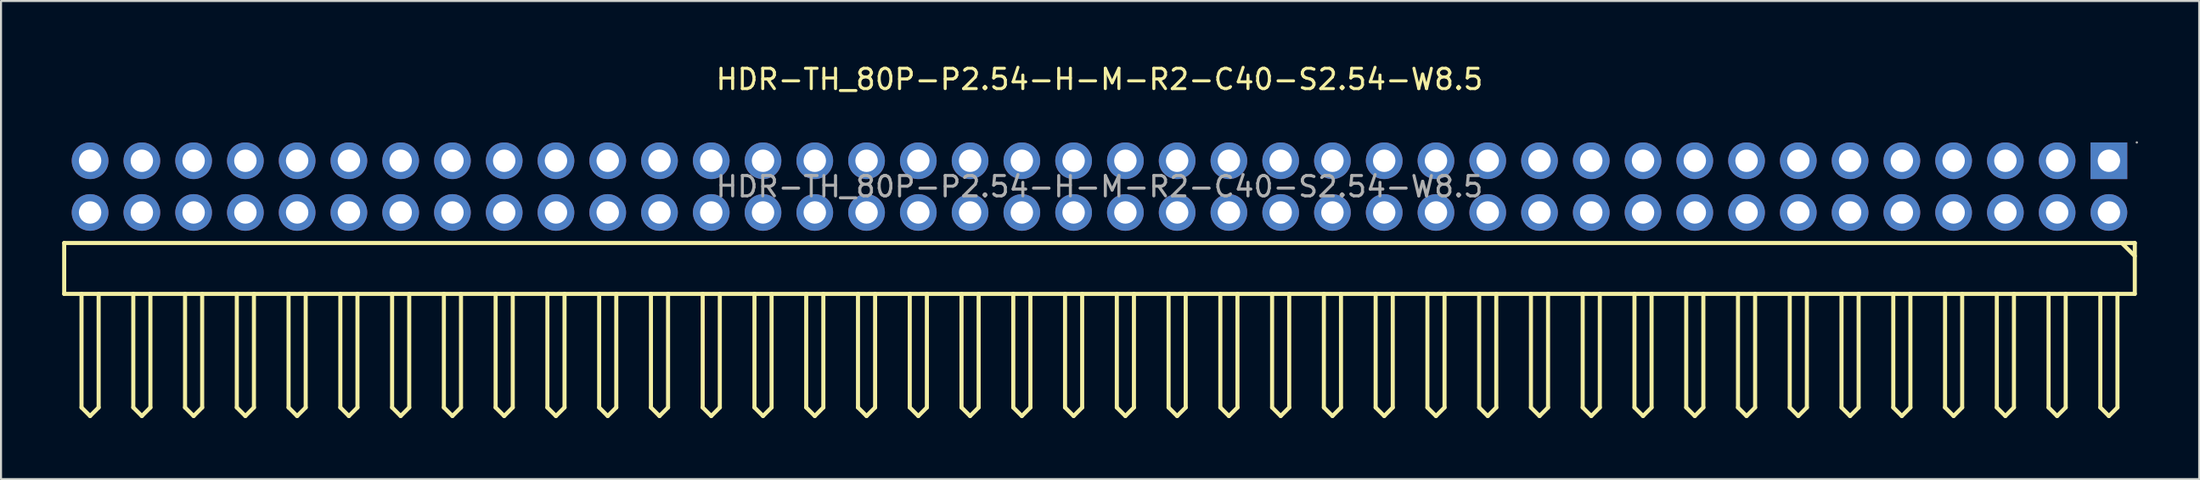
<source format=kicad_pcb>
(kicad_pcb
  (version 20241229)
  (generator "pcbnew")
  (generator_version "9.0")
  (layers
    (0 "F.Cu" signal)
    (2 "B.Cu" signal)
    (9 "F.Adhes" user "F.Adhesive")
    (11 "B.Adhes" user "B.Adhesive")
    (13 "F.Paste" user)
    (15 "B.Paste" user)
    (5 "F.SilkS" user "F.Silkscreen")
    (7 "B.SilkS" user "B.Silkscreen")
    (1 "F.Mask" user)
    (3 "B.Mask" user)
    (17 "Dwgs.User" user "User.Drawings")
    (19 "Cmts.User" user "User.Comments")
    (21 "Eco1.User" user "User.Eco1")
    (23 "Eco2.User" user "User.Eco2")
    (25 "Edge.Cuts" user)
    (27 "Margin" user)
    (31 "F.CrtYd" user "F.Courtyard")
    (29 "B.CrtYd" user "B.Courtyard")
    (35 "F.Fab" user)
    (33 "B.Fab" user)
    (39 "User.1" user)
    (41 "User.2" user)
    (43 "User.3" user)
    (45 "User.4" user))
  (footprint "HDR-TH_80P-P2.54-H-M-R2-C40-S2.54-W8.5"
    (layer "F.Cu")
    (at 50.9 6.118)
    (property "Reference" "HDR-TH_80P-P2.54-H-M-R2-C40-S2.54-W8.5" (at 0 -5.27 0) (layer "F.SilkS") (effects (font (size 1 1) (thickness 0.15))))
    (attr through_hole)
    (fp_line (start -50.8 2.77) (end 50.8 2.77) (stroke (width 0.2) (type solid)) (layer "F.SilkS"))
    (fp_line (start -50.8 5.27) (end -50.8 2.77) (stroke (width 0.2) (type solid)) (layer "F.SilkS"))
    (fp_line (start -50.8 5.27) (end 50.8 5.27) (stroke (width 0.2) (type solid)) (layer "F.SilkS"))
    (fp_line (start -49.95 10.85) (end -49.95 5.27) (stroke (width 0.2) (type solid)) (layer "F.SilkS"))
    (fp_line (start -49.53 11.27) (end -49.95 10.85) (stroke (width 0.2) (type solid)) (layer "F.SilkS"))
    (fp_line (start -49.11 5.27) (end -49.11 10.85) (stroke (width 0.2) (type solid)) (layer "F.SilkS"))
    (fp_line (start -49.11 10.85) (end -49.53 11.27) (stroke (width 0.2) (type solid)) (layer "F.SilkS"))
    (fp_line (start -47.41 10.85) (end -47.41 5.27) (stroke (width 0.2) (type solid)) (layer "F.SilkS"))
    (fp_line (start -46.99 11.27) (end -47.41 10.85) (stroke (width 0.2) (type solid)) (layer "F.SilkS"))
    (fp_line (start -46.57 5.27) (end -46.57 10.85) (stroke (width 0.2) (type solid)) (layer "F.SilkS"))
    (fp_line (start -46.57 10.85) (end -46.99 11.27) (stroke (width 0.2) (type solid)) (layer "F.SilkS"))
    (fp_line (start -44.87 10.85) (end -44.87 5.27) (stroke (width 0.2) (type solid)) (layer "F.SilkS"))
    (fp_line (start -44.45 11.27) (end -44.87 10.85) (stroke (width 0.2) (type solid)) (layer "F.SilkS"))
    (fp_line (start -44.03 5.27) (end -44.03 10.85) (stroke (width 0.2) (type solid)) (layer "F.SilkS"))
    (fp_line (start -44.03 10.85) (end -44.45 11.27) (stroke (width 0.2) (type solid)) (layer "F.SilkS"))
    (fp_line (start -42.33 10.85) (end -42.33 5.27) (stroke (width 0.2) (type solid)) (layer "F.SilkS"))
    (fp_line (start -41.91 11.27) (end -42.33 10.85) (stroke (width 0.2) (type solid)) (layer "F.SilkS"))
    (fp_line (start -41.49 5.27) (end -41.49 10.85) (stroke (width 0.2) (type solid)) (layer "F.SilkS"))
    (fp_line (start -41.49 10.85) (end -41.91 11.27) (stroke (width 0.2) (type solid)) (layer "F.SilkS"))
    (fp_line (start -39.79 10.85) (end -39.79 5.27) (stroke (width 0.2) (type solid)) (layer "F.SilkS"))
    (fp_line (start -39.37 11.27) (end -39.79 10.85) (stroke (width 0.2) (type solid)) (layer "F.SilkS"))
    (fp_line (start -38.95 5.27) (end -38.95 10.85) (stroke (width 0.2) (type solid)) (layer "F.SilkS"))
    (fp_line (start -38.95 10.85) (end -39.37 11.27) (stroke (width 0.2) (type solid)) (layer "F.SilkS"))
    (fp_line (start -37.25 10.85) (end -37.25 5.27) (stroke (width 0.2) (type solid)) (layer "F.SilkS"))
    (fp_line (start -36.83 11.27) (end -37.25 10.85) (stroke (width 0.2) (type solid)) (layer "F.SilkS"))
    (fp_line (start -36.41 5.27) (end -36.41 10.85) (stroke (width 0.2) (type solid)) (layer "F.SilkS"))
    (fp_line (start -36.41 10.85) (end -36.83 11.27) (stroke (width 0.2) (type solid)) (layer "F.SilkS"))
    (fp_line (start -34.71 10.85) (end -34.71 5.27) (stroke (width 0.2) (type solid)) (layer "F.SilkS"))
    (fp_line (start -34.29 11.27) (end -34.71 10.85) (stroke (width 0.2) (type solid)) (layer "F.SilkS"))
    (fp_line (start -33.87 5.27) (end -33.87 10.85) (stroke (width 0.2) (type solid)) (layer "F.SilkS"))
    (fp_line (start -33.87 10.85) (end -34.29 11.27) (stroke (width 0.2) (type solid)) (layer "F.SilkS"))
    (fp_line (start -32.17 10.85) (end -32.17 5.27) (stroke (width 0.2) (type solid)) (layer "F.SilkS"))
    (fp_line (start -31.75 11.27) (end -32.17 10.85) (stroke (width 0.2) (type solid)) (layer "F.SilkS"))
    (fp_line (start -31.33 5.27) (end -31.33 10.85) (stroke (width 0.2) (type solid)) (layer "F.SilkS"))
    (fp_line (start -31.33 10.85) (end -31.75 11.27) (stroke (width 0.2) (type solid)) (layer "F.SilkS"))
    (fp_line (start -29.63 10.85) (end -29.63 5.27) (stroke (width 0.2) (type solid)) (layer "F.SilkS"))
    (fp_line (start -29.21 11.27) (end -29.63 10.85) (stroke (width 0.2) (type solid)) (layer "F.SilkS"))
    (fp_line (start -28.79 5.27) (end -28.79 10.85) (stroke (width 0.2) (type solid)) (layer "F.SilkS"))
    (fp_line (start -28.79 10.85) (end -29.21 11.27) (stroke (width 0.2) (type solid)) (layer "F.SilkS"))
    (fp_line (start -27.09 10.85) (end -27.09 5.27) (stroke (width 0.2) (type solid)) (layer "F.SilkS"))
    (fp_line (start -26.67 11.27) (end -27.09 10.85) (stroke (width 0.2) (type solid)) (layer "F.SilkS"))
    (fp_line (start -26.25 5.27) (end -26.25 10.85) (stroke (width 0.2) (type solid)) (layer "F.SilkS"))
    (fp_line (start -26.25 10.85) (end -26.67 11.27) (stroke (width 0.2) (type solid)) (layer "F.SilkS"))
    (fp_line (start -24.55 10.85) (end -24.55 5.27) (stroke (width 0.2) (type solid)) (layer "F.SilkS"))
    (fp_line (start -24.13 11.27) (end -24.55 10.85) (stroke (width 0.2) (type solid)) (layer "F.SilkS"))
    (fp_line (start -23.71 5.27) (end -23.71 10.85) (stroke (width 0.2) (type solid)) (layer "F.SilkS"))
    (fp_line (start -23.71 10.85) (end -24.13 11.27) (stroke (width 0.2) (type solid)) (layer "F.SilkS"))
    (fp_line (start -22.01 10.85) (end -22.01 5.27) (stroke (width 0.2) (type solid)) (layer "F.SilkS"))
    (fp_line (start -21.59 11.27) (end -22.01 10.85) (stroke (width 0.2) (type solid)) (layer "F.SilkS"))
    (fp_line (start -21.17 5.27) (end -21.17 10.85) (stroke (width 0.2) (type solid)) (layer "F.SilkS"))
    (fp_line (start -21.17 10.85) (end -21.59 11.27) (stroke (width 0.2) (type solid)) (layer "F.SilkS"))
    (fp_line (start -19.47 10.85) (end -19.47 5.27) (stroke (width 0.2) (type solid)) (layer "F.SilkS"))
    (fp_line (start -19.05 11.27) (end -19.47 10.85) (stroke (width 0.2) (type solid)) (layer "F.SilkS"))
    (fp_line (start -18.63 5.27) (end -18.63 10.85) (stroke (width 0.2) (type solid)) (layer "F.SilkS"))
    (fp_line (start -18.63 10.85) (end -19.05 11.27) (stroke (width 0.2) (type solid)) (layer "F.SilkS"))
    (fp_line (start -16.93 10.85) (end -16.93 5.27) (stroke (width 0.2) (type solid)) (layer "F.SilkS"))
    (fp_line (start -16.51 11.27) (end -16.93 10.85) (stroke (width 0.2) (type solid)) (layer "F.SilkS"))
    (fp_line (start -16.09 5.27) (end -16.09 10.85) (stroke (width 0.2) (type solid)) (layer "F.SilkS"))
    (fp_line (start -16.09 10.85) (end -16.51 11.27) (stroke (width 0.2) (type solid)) (layer "F.SilkS"))
    (fp_line (start -14.39 10.85) (end -14.39 5.27) (stroke (width 0.2) (type solid)) (layer "F.SilkS"))
    (fp_line (start -13.97 11.27) (end -14.39 10.85) (stroke (width 0.2) (type solid)) (layer "F.SilkS"))
    (fp_line (start -13.55 5.27) (end -13.55 10.85) (stroke (width 0.2) (type solid)) (layer "F.SilkS"))
    (fp_line (start -13.55 10.85) (end -13.97 11.27) (stroke (width 0.2) (type solid)) (layer "F.SilkS"))
    (fp_line (start -11.85 10.85) (end -11.85 5.27) (stroke (width 0.2) (type solid)) (layer "F.SilkS"))
    (fp_line (start -11.43 11.27) (end -11.85 10.85) (stroke (width 0.2) (type solid)) (layer "F.SilkS"))
    (fp_line (start -11.01 5.27) (end -11.01 10.85) (stroke (width 0.2) (type solid)) (layer "F.SilkS"))
    (fp_line (start -11.01 10.85) (end -11.43 11.27) (stroke (width 0.2) (type solid)) (layer "F.SilkS"))
    (fp_line (start -9.31 10.85) (end -9.31 5.27) (stroke (width 0.2) (type solid)) (layer "F.SilkS"))
    (fp_line (start -8.89 11.27) (end -9.31 10.85) (stroke (width 0.2) (type solid)) (layer "F.SilkS"))
    (fp_line (start -8.47 5.27) (end -8.47 10.85) (stroke (width 0.2) (type solid)) (layer "F.SilkS"))
    (fp_line (start -8.47 10.85) (end -8.89 11.27) (stroke (width 0.2) (type solid)) (layer "F.SilkS"))
    (fp_line (start -6.77 10.85) (end -6.77 5.27) (stroke (width 0.2) (type solid)) (layer "F.SilkS"))
    (fp_line (start -6.35 11.27) (end -6.77 10.85) (stroke (width 0.2) (type solid)) (layer "F.SilkS"))
    (fp_line (start -5.93 5.27) (end -5.93 10.85) (stroke (width 0.2) (type solid)) (layer "F.SilkS"))
    (fp_line (start -5.93 10.85) (end -6.35 11.27) (stroke (width 0.2) (type solid)) (layer "F.SilkS"))
    (fp_line (start -4.23 10.85) (end -4.23 5.27) (stroke (width 0.2) (type solid)) (layer "F.SilkS"))
    (fp_line (start -3.81 11.27) (end -4.23 10.85) (stroke (width 0.2) (type solid)) (layer "F.SilkS"))
    (fp_line (start -3.39 5.27) (end -3.39 10.85) (stroke (width 0.2) (type solid)) (layer "F.SilkS"))
    (fp_line (start -3.39 10.85) (end -3.81 11.27) (stroke (width 0.2) (type solid)) (layer "F.SilkS"))
    (fp_line (start -1.69 10.85) (end -1.69 5.27) (stroke (width 0.2) (type solid)) (layer "F.SilkS"))
    (fp_line (start -1.27 11.27) (end -1.69 10.85) (stroke (width 0.2) (type solid)) (layer "F.SilkS"))
    (fp_line (start -0.85 5.27) (end -0.85 10.85) (stroke (width 0.2) (type solid)) (layer "F.SilkS"))
    (fp_line (start -0.85 10.85) (end -1.27 11.27) (stroke (width 0.2) (type solid)) (layer "F.SilkS"))
    (fp_line (start 0.85 10.85) (end 0.85 5.27) (stroke (width 0.2) (type solid)) (layer "F.SilkS"))
    (fp_line (start 1.27 11.27) (end 0.85 10.85) (stroke (width 0.2) (type solid)) (layer "F.SilkS"))
    (fp_line (start 1.69 5.27) (end 1.69 10.85) (stroke (width 0.2) (type solid)) (layer "F.SilkS"))
    (fp_line (start 1.69 10.85) (end 1.27 11.27) (stroke (width 0.2) (type solid)) (layer "F.SilkS"))
    (fp_line (start 3.39 10.85) (end 3.39 5.27) (stroke (width 0.2) (type solid)) (layer "F.SilkS"))
    (fp_line (start 3.81 11.27) (end 3.39 10.85) (stroke (width 0.2) (type solid)) (layer "F.SilkS"))
    (fp_line (start 4.23 5.27) (end 4.23 10.85) (stroke (width 0.2) (type solid)) (layer "F.SilkS"))
    (fp_line (start 4.23 10.85) (end 3.81 11.27) (stroke (width 0.2) (type solid)) (layer "F.SilkS"))
    (fp_line (start 5.93 10.85) (end 5.93 5.27) (stroke (width 0.2) (type solid)) (layer "F.SilkS"))
    (fp_line (start 6.35 11.27) (end 5.93 10.85) (stroke (width 0.2) (type solid)) (layer "F.SilkS"))
    (fp_line (start 6.77 5.27) (end 6.77 10.85) (stroke (width 0.2) (type solid)) (layer "F.SilkS"))
    (fp_line (start 6.77 10.85) (end 6.35 11.27) (stroke (width 0.2) (type solid)) (layer "F.SilkS"))
    (fp_line (start 8.47 10.85) (end 8.47 5.27) (stroke (width 0.2) (type solid)) (layer "F.SilkS"))
    (fp_line (start 8.89 11.27) (end 8.47 10.85) (stroke (width 0.2) (type solid)) (layer "F.SilkS"))
    (fp_line (start 9.31 5.27) (end 9.31 10.85) (stroke (width 0.2) (type solid)) (layer "F.SilkS"))
    (fp_line (start 9.31 10.85) (end 8.89 11.27) (stroke (width 0.2) (type solid)) (layer "F.SilkS"))
    (fp_line (start 11.01 10.85) (end 11.01 5.27) (stroke (width 0.2) (type solid)) (layer "F.SilkS"))
    (fp_line (start 11.43 11.27) (end 11.01 10.85) (stroke (width 0.2) (type solid)) (layer "F.SilkS"))
    (fp_line (start 11.85 5.27) (end 11.85 10.85) (stroke (width 0.2) (type solid)) (layer "F.SilkS"))
    (fp_line (start 11.85 10.85) (end 11.43 11.27) (stroke (width 0.2) (type solid)) (layer "F.SilkS"))
    (fp_line (start 13.55 10.85) (end 13.55 5.27) (stroke (width 0.2) (type solid)) (layer "F.SilkS"))
    (fp_line (start 13.97 11.27) (end 13.55 10.85) (stroke (width 0.2) (type solid)) (layer "F.SilkS"))
    (fp_line (start 14.39 5.27) (end 14.39 10.85) (stroke (width 0.2) (type solid)) (layer "F.SilkS"))
    (fp_line (start 14.39 10.85) (end 13.97 11.27) (stroke (width 0.2) (type solid)) (layer "F.SilkS"))
    (fp_line (start 16.09 10.85) (end 16.09 5.27) (stroke (width 0.2) (type solid)) (layer "F.SilkS"))
    (fp_line (start 16.51 11.27) (end 16.09 10.85) (stroke (width 0.2) (type solid)) (layer "F.SilkS"))
    (fp_line (start 16.93 5.27) (end 16.93 10.85) (stroke (width 0.2) (type solid)) (layer "F.SilkS"))
    (fp_line (start 16.93 10.85) (end 16.51 11.27) (stroke (width 0.2) (type solid)) (layer "F.SilkS"))
    (fp_line (start 18.63 10.85) (end 18.63 5.27) (stroke (width 0.2) (type solid)) (layer "F.SilkS"))
    (fp_line (start 19.05 11.27) (end 18.63 10.85) (stroke (width 0.2) (type solid)) (layer "F.SilkS"))
    (fp_line (start 19.47 5.27) (end 19.47 10.85) (stroke (width 0.2) (type solid)) (layer "F.SilkS"))
    (fp_line (start 19.47 10.85) (end 19.05 11.27) (stroke (width 0.2) (type solid)) (layer "F.SilkS"))
    (fp_line (start 21.17 10.85) (end 21.17 5.27) (stroke (width 0.2) (type solid)) (layer "F.SilkS"))
    (fp_line (start 21.59 11.27) (end 21.17 10.85) (stroke (width 0.2) (type solid)) (layer "F.SilkS"))
    (fp_line (start 22.01 5.27) (end 22.01 10.85) (stroke (width 0.2) (type solid)) (layer "F.SilkS"))
    (fp_line (start 22.01 10.85) (end 21.59 11.27) (stroke (width 0.2) (type solid)) (layer "F.SilkS"))
    (fp_line (start 23.71 10.85) (end 23.71 5.27) (stroke (width 0.2) (type solid)) (layer "F.SilkS"))
    (fp_line (start 24.13 11.27) (end 23.71 10.85) (stroke (width 0.2) (type solid)) (layer "F.SilkS"))
    (fp_line (start 24.55 5.27) (end 24.55 10.85) (stroke (width 0.2) (type solid)) (layer "F.SilkS"))
    (fp_line (start 24.55 10.85) (end 24.13 11.27) (stroke (width 0.2) (type solid)) (layer "F.SilkS"))
    (fp_line (start 26.25 10.85) (end 26.25 5.27) (stroke (width 0.2) (type solid)) (layer "F.SilkS"))
    (fp_line (start 26.67 11.27) (end 26.25 10.85) (stroke (width 0.2) (type solid)) (layer "F.SilkS"))
    (fp_line (start 27.09 5.27) (end 27.09 10.85) (stroke (width 0.2) (type solid)) (layer "F.SilkS"))
    (fp_line (start 27.09 10.85) (end 26.67 11.27) (stroke (width 0.2) (type solid)) (layer "F.SilkS"))
    (fp_line (start 28.79 10.85) (end 28.79 5.27) (stroke (width 0.2) (type solid)) (layer "F.SilkS"))
    (fp_line (start 29.21 11.27) (end 28.79 10.85) (stroke (width 0.2) (type solid)) (layer "F.SilkS"))
    (fp_line (start 29.63 5.27) (end 29.63 10.85) (stroke (width 0.2) (type solid)) (layer "F.SilkS"))
    (fp_line (start 29.63 10.85) (end 29.21 11.27) (stroke (width 0.2) (type solid)) (layer "F.SilkS"))
    (fp_line (start 31.33 10.85) (end 31.33 5.27) (stroke (width 0.2) (type solid)) (layer "F.SilkS"))
    (fp_line (start 31.75 11.27) (end 31.33 10.85) (stroke (width 0.2) (type solid)) (layer "F.SilkS"))
    (fp_line (start 32.17 5.27) (end 32.17 10.85) (stroke (width 0.2) (type solid)) (layer "F.SilkS"))
    (fp_line (start 32.17 10.85) (end 31.75 11.27) (stroke (width 0.2) (type solid)) (layer "F.SilkS"))
    (fp_line (start 33.87 10.85) (end 33.87 5.27) (stroke (width 0.2) (type solid)) (layer "F.SilkS"))
    (fp_line (start 34.29 11.27) (end 33.87 10.85) (stroke (width 0.2) (type solid)) (layer "F.SilkS"))
    (fp_line (start 34.71 5.27) (end 34.71 10.85) (stroke (width 0.2) (type solid)) (layer "F.SilkS"))
    (fp_line (start 34.71 10.85) (end 34.29 11.27) (stroke (width 0.2) (type solid)) (layer "F.SilkS"))
    (fp_line (start 36.41 10.85) (end 36.41 5.27) (stroke (width 0.2) (type solid)) (layer "F.SilkS"))
    (fp_line (start 36.83 11.27) (end 36.41 10.85) (stroke (width 0.2) (type solid)) (layer "F.SilkS"))
    (fp_line (start 37.25 5.27) (end 37.25 10.85) (stroke (width 0.2) (type solid)) (layer "F.SilkS"))
    (fp_line (start 37.25 10.85) (end 36.83 11.27) (stroke (width 0.2) (type solid)) (layer "F.SilkS"))
    (fp_line (start 38.95 10.85) (end 38.95 5.27) (stroke (width 0.2) (type solid)) (layer "F.SilkS"))
    (fp_line (start 39.37 11.27) (end 38.95 10.85) (stroke (width 0.2) (type solid)) (layer "F.SilkS"))
    (fp_line (start 39.79 5.27) (end 39.79 10.85) (stroke (width 0.2) (type solid)) (layer "F.SilkS"))
    (fp_line (start 39.79 10.85) (end 39.37 11.27) (stroke (width 0.2) (type solid)) (layer "F.SilkS"))
    (fp_line (start 41.49 10.85) (end 41.49 5.27) (stroke (width 0.2) (type solid)) (layer "F.SilkS"))
    (fp_line (start 41.91 11.27) (end 41.49 10.85) (stroke (width 0.2) (type solid)) (layer "F.SilkS"))
    (fp_line (start 42.33 5.27) (end 42.33 10.85) (stroke (width 0.2) (type solid)) (layer "F.SilkS"))
    (fp_line (start 42.33 10.85) (end 41.91 11.27) (stroke (width 0.2) (type solid)) (layer "F.SilkS"))
    (fp_line (start 44.03 10.85) (end 44.03 5.27) (stroke (width 0.2) (type solid)) (layer "F.SilkS"))
    (fp_line (start 44.45 11.27) (end 44.03 10.85) (stroke (width 0.2) (type solid)) (layer "F.SilkS"))
    (fp_line (start 44.87 5.27) (end 44.87 10.85) (stroke (width 0.2) (type solid)) (layer "F.SilkS"))
    (fp_line (start 44.87 10.85) (end 44.45 11.27) (stroke (width 0.2) (type solid)) (layer "F.SilkS"))
    (fp_line (start 46.57 10.85) (end 46.57 5.27) (stroke (width 0.2) (type solid)) (layer "F.SilkS"))
    (fp_line (start 46.99 11.27) (end 46.57 10.85) (stroke (width 0.2) (type solid)) (layer "F.SilkS"))
    (fp_line (start 47.41 5.27) (end 47.41 10.85) (stroke (width 0.2) (type solid)) (layer "F.SilkS"))
    (fp_line (start 47.41 10.85) (end 46.99 11.27) (stroke (width 0.2) (type solid)) (layer "F.SilkS"))
    (fp_line (start 49.11 10.85) (end 49.11 5.27) (stroke (width 0.2) (type solid)) (layer "F.SilkS"))
    (fp_line (start 49.53 11.27) (end 49.11 10.85) (stroke (width 0.2) (type solid)) (layer "F.SilkS"))
    (fp_line (start 49.95 5.27) (end 49.95 10.85) (stroke (width 0.2) (type solid)) (layer "F.SilkS"))
    (fp_line (start 49.95 10.85) (end 49.53 11.27) (stroke (width 0.2) (type solid)) (layer "F.SilkS"))
    (fp_line (start 50.8 3.41) (end 50.16 2.77) (stroke (width 0.2) (type solid)) (layer "F.SilkS"))
    (fp_line (start 50.8 5.27) (end 50.8 2.77) (stroke (width 0.2) (type solid)) (layer "F.SilkS"))
    (fp_circle (center -49.53 -1.27) (end -49.3 -1.27) (stroke (width 0.45) (type solid)) (fill no) (layer "F.Fab"))
    (fp_circle (center -49.53 1.27) (end -49.3 1.27) (stroke (width 0.45) (type solid)) (fill no) (layer "F.Fab"))
    (fp_circle (center -46.99 -1.27) (end -46.76 -1.27) (stroke (width 0.45) (type solid)) (fill no) (layer "F.Fab"))
    (fp_circle (center -46.99 1.27) (end -46.76 1.27) (stroke (width 0.45) (type solid)) (fill no) (layer "F.Fab"))
    (fp_circle (center -44.45 -1.27) (end -44.22 -1.27) (stroke (width 0.45) (type solid)) (fill no) (layer "F.Fab"))
    (fp_circle (center -44.45 1.27) (end -44.22 1.27) (stroke (width 0.45) (type solid)) (fill no) (layer "F.Fab"))
    (fp_circle (center -41.91 -1.27) (end -41.68 -1.27) (stroke (width 0.45) (type solid)) (fill no) (layer "F.Fab"))
    (fp_circle (center -41.91 1.27) (end -41.68 1.27) (stroke (width 0.45) (type solid)) (fill no) (layer "F.Fab"))
    (fp_circle (center -39.37 -1.27) (end -39.14 -1.27) (stroke (width 0.45) (type solid)) (fill no) (layer "F.Fab"))
    (fp_circle (center -39.37 1.27) (end -39.14 1.27) (stroke (width 0.45) (type solid)) (fill no) (layer "F.Fab"))
    (fp_circle (center -36.83 -1.27) (end -36.6 -1.27) (stroke (width 0.45) (type solid)) (fill no) (layer "F.Fab"))
    (fp_circle (center -36.83 1.27) (end -36.6 1.27) (stroke (width 0.45) (type solid)) (fill no) (layer "F.Fab"))
    (fp_circle (center -34.29 -1.27) (end -34.06 -1.27) (stroke (width 0.45) (type solid)) (fill no) (layer "F.Fab"))
    (fp_circle (center -34.29 1.27) (end -34.06 1.27) (stroke (width 0.45) (type solid)) (fill no) (layer "F.Fab"))
    (fp_circle (center -31.75 -1.27) (end -31.52 -1.27) (stroke (width 0.45) (type solid)) (fill no) (layer "F.Fab"))
    (fp_circle (center -31.75 1.27) (end -31.52 1.27) (stroke (width 0.45) (type solid)) (fill no) (layer "F.Fab"))
    (fp_circle (center -29.21 -1.27) (end -28.98 -1.27) (stroke (width 0.45) (type solid)) (fill no) (layer "F.Fab"))
    (fp_circle (center -29.21 1.27) (end -28.98 1.27) (stroke (width 0.45) (type solid)) (fill no) (layer "F.Fab"))
    (fp_circle (center -26.67 -1.27) (end -26.44 -1.27) (stroke (width 0.45) (type solid)) (fill no) (layer "F.Fab"))
    (fp_circle (center -26.67 1.27) (end -26.44 1.27) (stroke (width 0.45) (type solid)) (fill no) (layer "F.Fab"))
    (fp_circle (center -24.13 -1.27) (end -23.9 -1.27) (stroke (width 0.45) (type solid)) (fill no) (layer "F.Fab"))
    (fp_circle (center -24.13 1.27) (end -23.9 1.27) (stroke (width 0.45) (type solid)) (fill no) (layer "F.Fab"))
    (fp_circle (center -21.59 -1.27) (end -21.36 -1.27) (stroke (width 0.45) (type solid)) (fill no) (layer "F.Fab"))
    (fp_circle (center -21.59 1.27) (end -21.36 1.27) (stroke (width 0.45) (type solid)) (fill no) (layer "F.Fab"))
    (fp_circle (center -19.05 -1.27) (end -18.82 -1.27) (stroke (width 0.45) (type solid)) (fill no) (layer "F.Fab"))
    (fp_circle (center -19.05 1.27) (end -18.82 1.27) (stroke (width 0.45) (type solid)) (fill no) (layer "F.Fab"))
    (fp_circle (center -16.51 -1.27) (end -16.28 -1.27) (stroke (width 0.45) (type solid)) (fill no) (layer "F.Fab"))
    (fp_circle (center -16.51 1.27) (end -16.28 1.27) (stroke (width 0.45) (type solid)) (fill no) (layer "F.Fab"))
    (fp_circle (center -13.97 -1.27) (end -13.74 -1.27) (stroke (width 0.45) (type solid)) (fill no) (layer "F.Fab"))
    (fp_circle (center -13.97 1.27) (end -13.74 1.27) (stroke (width 0.45) (type solid)) (fill no) (layer "F.Fab"))
    (fp_circle (center -11.43 -1.27) (end -11.2 -1.27) (stroke (width 0.45) (type solid)) (fill no) (layer "F.Fab"))
    (fp_circle (center -11.43 1.27) (end -11.2 1.27) (stroke (width 0.45) (type solid)) (fill no) (layer "F.Fab"))
    (fp_circle (center -8.89 -1.27) (end -8.66 -1.27) (stroke (width 0.45) (type solid)) (fill no) (layer "F.Fab"))
    (fp_circle (center -8.89 1.27) (end -8.66 1.27) (stroke (width 0.45) (type solid)) (fill no) (layer "F.Fab"))
    (fp_circle (center -6.35 -1.27) (end -6.12 -1.27) (stroke (width 0.45) (type solid)) (fill no) (layer "F.Fab"))
    (fp_circle (center -6.35 1.27) (end -6.12 1.27) (stroke (width 0.45) (type solid)) (fill no) (layer "F.Fab"))
    (fp_circle (center -3.81 -1.27) (end -3.58 -1.27) (stroke (width 0.45) (type solid)) (fill no) (layer "F.Fab"))
    (fp_circle (center -3.81 1.27) (end -3.58 1.27) (stroke (width 0.45) (type solid)) (fill no) (layer "F.Fab"))
    (fp_circle (center -1.27 -1.27) (end -1.04 -1.27) (stroke (width 0.45) (type solid)) (fill no) (layer "F.Fab"))
    (fp_circle (center -1.27 1.27) (end -1.04 1.27) (stroke (width 0.45) (type solid)) (fill no) (layer "F.Fab"))
    (fp_circle (center 1.27 -1.27) (end 1.5 -1.27) (stroke (width 0.45) (type solid)) (fill no) (layer "F.Fab"))
    (fp_circle (center 1.27 1.27) (end 1.5 1.27) (stroke (width 0.45) (type solid)) (fill no) (layer "F.Fab"))
    (fp_circle (center 3.81 -1.27) (end 4.04 -1.27) (stroke (width 0.45) (type solid)) (fill no) (layer "F.Fab"))
    (fp_circle (center 3.81 1.27) (end 4.04 1.27) (stroke (width 0.45) (type solid)) (fill no) (layer "F.Fab"))
    (fp_circle (center 6.35 -1.27) (end 6.58 -1.27) (stroke (width 0.45) (type solid)) (fill no) (layer "F.Fab"))
    (fp_circle (center 6.35 1.27) (end 6.58 1.27) (stroke (width 0.45) (type solid)) (fill no) (layer "F.Fab"))
    (fp_circle (center 8.89 -1.27) (end 9.12 -1.27) (stroke (width 0.45) (type solid)) (fill no) (layer "F.Fab"))
    (fp_circle (center 8.89 1.27) (end 9.12 1.27) (stroke (width 0.45) (type solid)) (fill no) (layer "F.Fab"))
    (fp_circle (center 11.43 -1.27) (end 11.66 -1.27) (stroke (width 0.45) (type solid)) (fill no) (layer "F.Fab"))
    (fp_circle (center 11.43 1.27) (end 11.66 1.27) (stroke (width 0.45) (type solid)) (fill no) (layer "F.Fab"))
    (fp_circle (center 13.97 -1.27) (end 14.2 -1.27) (stroke (width 0.45) (type solid)) (fill no) (layer "F.Fab"))
    (fp_circle (center 13.97 1.27) (end 14.2 1.27) (stroke (width 0.45) (type solid)) (fill no) (layer "F.Fab"))
    (fp_circle (center 16.51 -1.27) (end 16.74 -1.27) (stroke (width 0.45) (type solid)) (fill no) (layer "F.Fab"))
    (fp_circle (center 16.51 1.27) (end 16.74 1.27) (stroke (width 0.45) (type solid)) (fill no) (layer "F.Fab"))
    (fp_circle (center 19.05 -1.27) (end 19.28 -1.27) (stroke (width 0.45) (type solid)) (fill no) (layer "F.Fab"))
    (fp_circle (center 19.05 1.27) (end 19.28 1.27) (stroke (width 0.45) (type solid)) (fill no) (layer "F.Fab"))
    (fp_circle (center 21.59 -1.27) (end 21.82 -1.27) (stroke (width 0.45) (type solid)) (fill no) (layer "F.Fab"))
    (fp_circle (center 21.59 1.27) (end 21.82 1.27) (stroke (width 0.45) (type solid)) (fill no) (layer "F.Fab"))
    (fp_circle (center 24.13 -1.27) (end 24.36 -1.27) (stroke (width 0.45) (type solid)) (fill no) (layer "F.Fab"))
    (fp_circle (center 24.13 1.27) (end 24.36 1.27) (stroke (width 0.45) (type solid)) (fill no) (layer "F.Fab"))
    (fp_circle (center 26.67 -1.27) (end 26.9 -1.27) (stroke (width 0.45) (type solid)) (fill no) (layer "F.Fab"))
    (fp_circle (center 26.67 1.27) (end 26.9 1.27) (stroke (width 0.45) (type solid)) (fill no) (layer "F.Fab"))
    (fp_circle (center 29.21 -1.27) (end 29.44 -1.27) (stroke (width 0.45) (type solid)) (fill no) (layer "F.Fab"))
    (fp_circle (center 29.21 1.27) (end 29.44 1.27) (stroke (width 0.45) (type solid)) (fill no) (layer "F.Fab"))
    (fp_circle (center 31.75 -1.27) (end 31.98 -1.27) (stroke (width 0.45) (type solid)) (fill no) (layer "F.Fab"))
    (fp_circle (center 31.75 1.27) (end 31.98 1.27) (stroke (width 0.45) (type solid)) (fill no) (layer "F.Fab"))
    (fp_circle (center 34.29 -1.27) (end 34.52 -1.27) (stroke (width 0.45) (type solid)) (fill no) (layer "F.Fab"))
    (fp_circle (center 34.29 1.27) (end 34.52 1.27) (stroke (width 0.45) (type solid)) (fill no) (layer "F.Fab"))
    (fp_circle (center 36.83 -1.27) (end 37.06 -1.27) (stroke (width 0.45) (type solid)) (fill no) (layer "F.Fab"))
    (fp_circle (center 36.83 1.27) (end 37.06 1.27) (stroke (width 0.45) (type solid)) (fill no) (layer "F.Fab"))
    (fp_circle (center 39.37 -1.27) (end 39.6 -1.27) (stroke (width 0.45) (type solid)) (fill no) (layer "F.Fab"))
    (fp_circle (center 39.37 1.27) (end 39.6 1.27) (stroke (width 0.45) (type solid)) (fill no) (layer "F.Fab"))
    (fp_circle (center 41.91 -1.27) (end 42.14 -1.27) (stroke (width 0.45) (type solid)) (fill no) (layer "F.Fab"))
    (fp_circle (center 41.91 1.27) (end 42.14 1.27) (stroke (width 0.45) (type solid)) (fill no) (layer "F.Fab"))
    (fp_circle (center 44.45 -1.27) (end 44.68 -1.27) (stroke (width 0.45) (type solid)) (fill no) (layer "F.Fab"))
    (fp_circle (center 44.45 1.27) (end 44.68 1.27) (stroke (width 0.45) (type solid)) (fill no) (layer "F.Fab"))
    (fp_circle (center 46.99 -1.27) (end 47.22 -1.27) (stroke (width 0.45) (type solid)) (fill no) (layer "F.Fab"))
    (fp_circle (center 46.99 1.27) (end 47.22 1.27) (stroke (width 0.45) (type solid)) (fill no) (layer "F.Fab"))
    (fp_circle (center 49.53 -1.27) (end 49.76 -1.27) (stroke (width 0.45) (type solid)) (fill no) (layer "F.Fab"))
    (fp_circle (center 49.53 1.27) (end 49.76 1.27) (stroke (width 0.45) (type solid)) (fill no) (layer "F.Fab"))
    (fp_circle (center 50.9 -2.17) (end 50.93 -2.17) (stroke (width 0.06) (type solid)) (fill no) (layer "F.Fab"))
    (fp_text user "${REFERENCE}" (at 0 0 0) (layer "F.Fab") (effects (font (size 1 1) (thickness 0.15))))
    (pad "1" thru_hole rect (at 49.53 -1.27 270) (size 1.8 1.8) (drill 1.1) (layers "*.Cu" "*.Paste" "*.Mask"))
    (pad "2" thru_hole circle (at 49.53 1.27) (size 1.8 1.8) (drill 1.1) (layers "*.Cu" "*.Paste" "*.Mask"))
    (pad "3" thru_hole circle (at 46.99 -1.27) (size 1.8 1.8) (drill 1.1) (layers "*.Cu" "*.Paste" "*.Mask"))
    (pad "4" thru_hole circle (at 46.99 1.27) (size 1.8 1.8) (drill 1.1) (layers "*.Cu" "*.Paste" "*.Mask"))
    (pad "5" thru_hole circle (at 44.45 -1.27) (size 1.8 1.8) (drill 1.1) (layers "*.Cu" "*.Paste" "*.Mask"))
    (pad "6" thru_hole circle (at 44.45 1.27) (size 1.8 1.8) (drill 1.1) (layers "*.Cu" "*.Paste" "*.Mask"))
    (pad "7" thru_hole circle (at 41.91 -1.27) (size 1.8 1.8) (drill 1.1) (layers "*.Cu" "*.Paste" "*.Mask"))
    (pad "8" thru_hole circle (at 41.91 1.27) (size 1.8 1.8) (drill 1.1) (layers "*.Cu" "*.Paste" "*.Mask"))
    (pad "9" thru_hole circle (at 39.37 -1.27) (size 1.8 1.8) (drill 1.1) (layers "*.Cu" "*.Paste" "*.Mask"))
    (pad "10" thru_hole circle (at 39.37 1.27) (size 1.8 1.8) (drill 1.1) (layers "*.Cu" "*.Paste" "*.Mask"))
    (pad "11" thru_hole circle (at 36.83 -1.27) (size 1.8 1.8) (drill 1.1) (layers "*.Cu" "*.Paste" "*.Mask"))
    (pad "12" thru_hole circle (at 36.83 1.27) (size 1.8 1.8) (drill 1.1) (layers "*.Cu" "*.Paste" "*.Mask"))
    (pad "13" thru_hole circle (at 34.29 -1.27 270) (size 1.8 1.8) (drill 1.1) (layers "*.Cu" "*.Paste" "*.Mask"))
    (pad "14" thru_hole circle (at 34.29 1.27 270) (size 1.8 1.8) (drill 1.1) (layers "*.Cu" "*.Paste" "*.Mask"))
    (pad "15" thru_hole circle (at 31.75 -1.27 270) (size 1.8 1.8) (drill 1.1) (layers "*.Cu" "*.Paste" "*.Mask"))
    (pad "16" thru_hole circle (at 31.75 1.27 270) (size 1.8 1.8) (drill 1.1) (layers "*.Cu" "*.Paste" "*.Mask"))
    (pad "17" thru_hole circle (at 29.21 -1.27 270) (size 1.8 1.8) (drill 1.1) (layers "*.Cu" "*.Paste" "*.Mask"))
    (pad "18" thru_hole circle (at 29.21 1.27 270) (size 1.8 1.8) (drill 1.1) (layers "*.Cu" "*.Paste" "*.Mask"))
    (pad "19" thru_hole circle (at 26.67 -1.27 270) (size 1.8 1.8) (drill 1.1) (layers "*.Cu" "*.Paste" "*.Mask"))
    (pad "20" thru_hole circle (at 26.67 1.27 270) (size 1.8 1.8) (drill 1.1) (layers "*.Cu" "*.Paste" "*.Mask"))
    (pad "21" thru_hole circle (at 24.13 -1.27 270) (size 1.8 1.8) (drill 1.1) (layers "*.Cu" "*.Paste" "*.Mask"))
    (pad "22" thru_hole circle (at 24.13 1.27 270) (size 1.8 1.8) (drill 1.1) (layers "*.Cu" "*.Paste" "*.Mask"))
    (pad "23" thru_hole circle (at 21.59 -1.27 270) (size 1.8 1.8) (drill 1.1) (layers "*.Cu" "*.Paste" "*.Mask"))
    (pad "24" thru_hole circle (at 21.59 1.27 270) (size 1.8 1.8) (drill 1.1) (layers "*.Cu" "*.Paste" "*.Mask"))
    (pad "25" thru_hole circle (at 19.05 -1.27 270) (size 1.8 1.8) (drill 1.1) (layers "*.Cu" "*.Paste" "*.Mask"))
    (pad "26" thru_hole circle (at 19.05 1.27 270) (size 1.8 1.8) (drill 1.1) (layers "*.Cu" "*.Paste" "*.Mask"))
    (pad "27" thru_hole circle (at 16.51 -1.27 270) (size 1.8 1.8) (drill 1.1) (layers "*.Cu" "*.Paste" "*.Mask"))
    (pad "28" thru_hole circle (at 16.51 1.27 270) (size 1.8 1.8) (drill 1.1) (layers "*.Cu" "*.Paste" "*.Mask"))
    (pad "29" thru_hole circle (at 13.97 -1.27 270) (size 1.8 1.8) (drill 1.1) (layers "*.Cu" "*.Paste" "*.Mask"))
    (pad "30" thru_hole circle (at 13.97 1.27 270) (size 1.8 1.8) (drill 1.1) (layers "*.Cu" "*.Paste" "*.Mask"))
    (pad "31" thru_hole circle (at 11.43 -1.27 270) (size 1.8 1.8) (drill 1.1) (layers "*.Cu" "*.Paste" "*.Mask"))
    (pad "32" thru_hole circle (at 11.43 1.27 270) (size 1.8 1.8) (drill 1.1) (layers "*.Cu" "*.Paste" "*.Mask"))
    (pad "33" thru_hole circle (at 8.89 -1.27 270) (size 1.8 1.8) (drill 1.1) (layers "*.Cu" "*.Paste" "*.Mask"))
    (pad "34" thru_hole circle (at 8.89 1.27 270) (size 1.8 1.8) (drill 1.1) (layers "*.Cu" "*.Paste" "*.Mask"))
    (pad "35" thru_hole circle (at 6.35 -1.27 270) (size 1.8 1.8) (drill 1.1) (layers "*.Cu" "*.Paste" "*.Mask"))
    (pad "36" thru_hole circle (at 6.35 1.27 270) (size 1.8 1.8) (drill 1.1) (layers "*.Cu" "*.Paste" "*.Mask"))
    (pad "37" thru_hole circle (at 3.81 -1.27 270) (size 1.8 1.8) (drill 1.1) (layers "*.Cu" "*.Paste" "*.Mask"))
    (pad "38" thru_hole circle (at 3.81 1.27 270) (size 1.8 1.8) (drill 1.1) (layers "*.Cu" "*.Paste" "*.Mask"))
    (pad "39" thru_hole circle (at 1.27 -1.27 270) (size 1.8 1.8) (drill 1.1) (layers "*.Cu" "*.Paste" "*.Mask"))
    (pad "40" thru_hole circle (at 1.27 1.27 270) (size 1.8 1.8) (drill 1.1) (layers "*.Cu" "*.Paste" "*.Mask"))
    (pad "41" thru_hole circle (at -1.27 -1.27 270) (size 1.8 1.8) (drill 1.1) (layers "*.Cu" "*.Paste" "*.Mask"))
    (pad "42" thru_hole circle (at -1.27 1.27 270) (size 1.8 1.8) (drill 1.1) (layers "*.Cu" "*.Paste" "*.Mask"))
    (pad "43" thru_hole circle (at -3.81 -1.27 270) (size 1.8 1.8) (drill 1.1) (layers "*.Cu" "*.Paste" "*.Mask"))
    (pad "44" thru_hole circle (at -3.81 1.27 270) (size 1.8 1.8) (drill 1.1) (layers "*.Cu" "*.Paste" "*.Mask"))
    (pad "45" thru_hole circle (at -6.35 -1.27 270) (size 1.8 1.8) (drill 1.1) (layers "*.Cu" "*.Paste" "*.Mask"))
    (pad "46" thru_hole circle (at -6.35 1.27 270) (size 1.8 1.8) (drill 1.1) (layers "*.Cu" "*.Paste" "*.Mask"))
    (pad "47" thru_hole circle (at -8.89 -1.27 270) (size 1.8 1.8) (drill 1.1) (layers "*.Cu" "*.Paste" "*.Mask"))
    (pad "48" thru_hole circle (at -8.89 1.27 270) (size 1.8 1.8) (drill 1.1) (layers "*.Cu" "*.Paste" "*.Mask"))
    (pad "49" thru_hole circle (at -11.43 -1.27 270) (size 1.8 1.8) (drill 1.1) (layers "*.Cu" "*.Paste" "*.Mask"))
    (pad "50" thru_hole circle (at -11.43 1.27 270) (size 1.8 1.8) (drill 1.1) (layers "*.Cu" "*.Paste" "*.Mask"))
    (pad "51" thru_hole circle (at -13.97 -1.27 270) (size 1.8 1.8) (drill 1.1) (layers "*.Cu" "*.Paste" "*.Mask"))
    (pad "52" thru_hole circle (at -13.97 1.27 270) (size 1.8 1.8) (drill 1.1) (layers "*.Cu" "*.Paste" "*.Mask"))
    (pad "53" thru_hole circle (at -16.51 -1.27 270) (size 1.8 1.8) (drill 1.1) (layers "*.Cu" "*.Paste" "*.Mask"))
    (pad "54" thru_hole circle (at -16.51 1.27 270) (size 1.8 1.8) (drill 1.1) (layers "*.Cu" "*.Paste" "*.Mask"))
    (pad "55" thru_hole circle (at -19.05 -1.27 270) (size 1.8 1.8) (drill 1.1) (layers "*.Cu" "*.Paste" "*.Mask"))
    (pad "56" thru_hole circle (at -19.05 1.27 270) (size 1.8 1.8) (drill 1.1) (layers "*.Cu" "*.Paste" "*.Mask"))
    (pad "57" thru_hole circle (at -21.59 -1.27 270) (size 1.8 1.8) (drill 1.1) (layers "*.Cu" "*.Paste" "*.Mask"))
    (pad "58" thru_hole circle (at -21.59 1.27 270) (size 1.8 1.8) (drill 1.1) (layers "*.Cu" "*.Paste" "*.Mask"))
    (pad "59" thru_hole circle (at -24.13 -1.27 270) (size 1.8 1.8) (drill 1.1) (layers "*.Cu" "*.Paste" "*.Mask"))
    (pad "60" thru_hole circle (at -24.13 1.27 270) (size 1.8 1.8) (drill 1.1) (layers "*.Cu" "*.Paste" "*.Mask"))
    (pad "61" thru_hole circle (at -26.67 -1.27 270) (size 1.8 1.8) (drill 1.1) (layers "*.Cu" "*.Paste" "*.Mask"))
    (pad "62" thru_hole circle (at -26.67 1.27 270) (size 1.8 1.8) (drill 1.1) (layers "*.Cu" "*.Paste" "*.Mask"))
    (pad "63" thru_hole circle (at -29.21 -1.27 270) (size 1.8 1.8) (drill 1.1) (layers "*.Cu" "*.Paste" "*.Mask"))
    (pad "64" thru_hole circle (at -29.21 1.27 270) (size 1.8 1.8) (drill 1.1) (layers "*.Cu" "*.Paste" "*.Mask"))
    (pad "65" thru_hole circle (at -31.75 -1.27 270) (size 1.8 1.8) (drill 1.1) (layers "*.Cu" "*.Paste" "*.Mask"))
    (pad "66" thru_hole circle (at -31.75 1.27 270) (size 1.8 1.8) (drill 1.1) (layers "*.Cu" "*.Paste" "*.Mask"))
    (pad "67" thru_hole circle (at -34.29 -1.27 270) (size 1.8 1.8) (drill 1.1) (layers "*.Cu" "*.Paste" "*.Mask"))
    (pad "68" thru_hole circle (at -34.29 1.27 270) (size 1.8 1.8) (drill 1.1) (layers "*.Cu" "*.Paste" "*.Mask"))
    (pad "69" thru_hole circle (at -36.83 -1.27 270) (size 1.8 1.8) (drill 1.1) (layers "*.Cu" "*.Paste" "*.Mask"))
    (pad "70" thru_hole circle (at -36.83 1.27 270) (size 1.8 1.8) (drill 1.1) (layers "*.Cu" "*.Paste" "*.Mask"))
    (pad "71" thru_hole circle (at -39.37 -1.27 270) (size 1.8 1.8) (drill 1.1) (layers "*.Cu" "*.Paste" "*.Mask"))
    (pad "72" thru_hole circle (at -39.37 1.27 270) (size 1.8 1.8) (drill 1.1) (layers "*.Cu" "*.Paste" "*.Mask"))
    (pad "73" thru_hole circle (at -41.91 -1.27 270) (size 1.8 1.8) (drill 1.1) (layers "*.Cu" "*.Paste" "*.Mask"))
    (pad "74" thru_hole circle (at -41.91 1.27 270) (size 1.8 1.8) (drill 1.1) (layers "*.Cu" "*.Paste" "*.Mask"))
    (pad "75" thru_hole circle (at -44.45 -1.27 270) (size 1.8 1.8) (drill 1.1) (layers "*.Cu" "*.Paste" "*.Mask"))
    (pad "76" thru_hole circle (at -44.45 1.27 270) (size 1.8 1.8) (drill 1.1) (layers "*.Cu" "*.Paste" "*.Mask"))
    (pad "77" thru_hole circle (at -46.99 -1.27 270) (size 1.8 1.8) (drill 1.1) (layers "*.Cu" "*.Paste" "*.Mask"))
    (pad "78" thru_hole circle (at -46.99 1.27 270) (size 1.8 1.8) (drill 1.1) (layers "*.Cu" "*.Paste" "*.Mask"))
    (pad "79" thru_hole circle (at -49.53 -1.27 270) (size 1.8 1.8) (drill 1.1) (layers "*.Cu" "*.Paste" "*.Mask"))
    (pad "80" thru_hole circle (at -49.53 1.27 270) (size 1.8 1.8) (drill 1.1) (layers "*.Cu" "*.Paste" "*.Mask")))
  (gr_rect
    (start -3 -3)
    (end 104.86 20.488)
    (stroke (width 0.1) (type default))
    (fill no)
    (layer "Edge.Cuts")))
</source>
